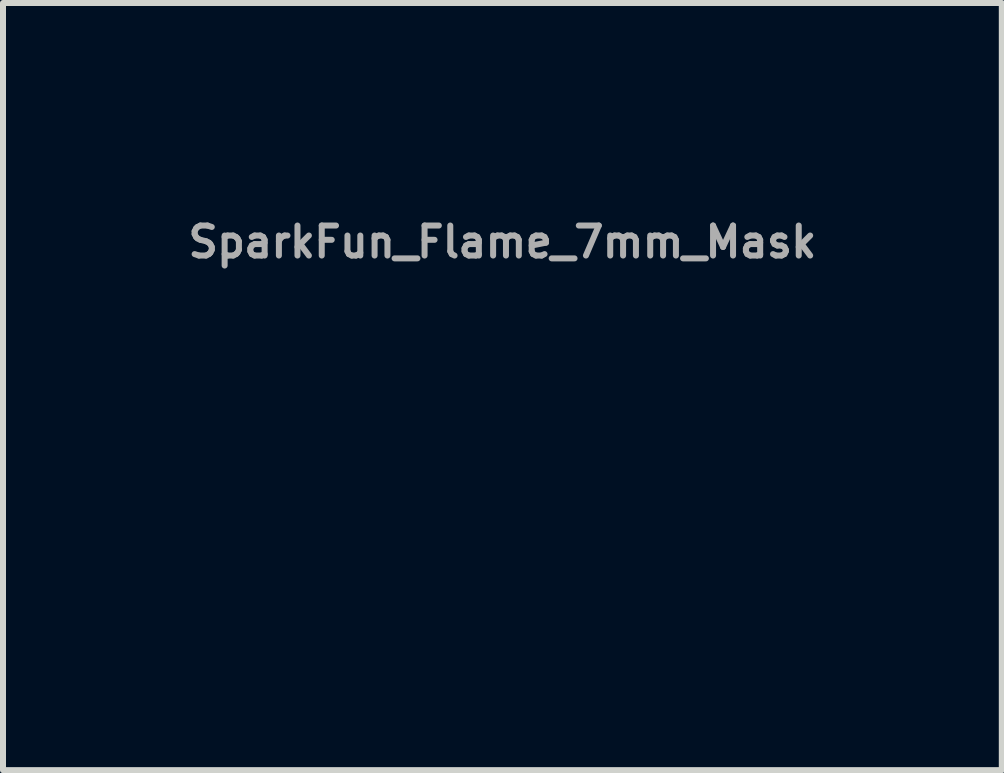
<source format=kicad_pcb>
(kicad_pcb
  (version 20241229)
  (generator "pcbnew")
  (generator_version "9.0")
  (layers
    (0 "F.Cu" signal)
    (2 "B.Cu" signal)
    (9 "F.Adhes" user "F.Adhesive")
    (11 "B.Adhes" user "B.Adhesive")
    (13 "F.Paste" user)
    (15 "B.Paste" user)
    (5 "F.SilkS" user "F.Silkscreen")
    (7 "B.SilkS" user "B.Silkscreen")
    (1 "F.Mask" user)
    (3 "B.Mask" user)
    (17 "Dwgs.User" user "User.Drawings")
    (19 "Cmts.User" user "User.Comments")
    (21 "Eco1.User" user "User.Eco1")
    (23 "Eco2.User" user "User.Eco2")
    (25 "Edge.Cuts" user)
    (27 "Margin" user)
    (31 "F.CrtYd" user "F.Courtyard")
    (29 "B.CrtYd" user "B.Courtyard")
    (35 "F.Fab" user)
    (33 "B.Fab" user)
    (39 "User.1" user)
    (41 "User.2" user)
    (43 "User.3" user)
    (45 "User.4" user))
  (footprint "SparkFun_Flame_7mm_Mask"
    (layer "F.Cu")
    (at 7.698 3.395)
    (property "Reference" "SparkFun_Flame_7mm_Mask" (at -2.372 -2.411 0) (layer "F.Fab") (effects (font (size 0.5 0.5) (thickness 0.1))))
    (attr board_only exclude_from_pos_files exclude_from_bom)
    (fp_poly (pts (xy 0.276 -3.394) (xy 0.343 -3.39) (xy 0.408 -3.382) (xy 0.472 -3.371) (xy 0.533 -3.357) (xy 0.592 -3.341) (xy 0.649 -3.322) (xy 0.704 -3.303) (xy 0.756 -3.281) (xy 0.806 -3.259) (xy 0.852 -3.237) (xy 0.937 -3.191) (xy 1.008 -3.147) (xy 1.066 -3.109) (xy 1.108 -3.077) (xy 1.143 -3.049) (xy 1.125 -3.053) (xy 1.073 -3.061) (xy 1.037 -3.065) (xy 0.995 -3.068) (xy 0.949 -3.069) (xy 0.898 -3.068) (xy 0.845 -3.063) (xy 0.79 -3.054) (xy 0.734 -3.041) (xy 0.705 -3.032) (xy 0.677 -3.022) (xy 0.649 -3.011) (xy 0.621 -2.998) (xy 0.594 -2.983) (xy 0.567 -2.966) (xy 0.54 -2.947) (xy 0.515 -2.927) (xy 0.49 -2.904) (xy 0.466 -2.879) (xy 0.436 -2.845) (xy 0.41 -2.81) (xy 0.387 -2.774) (xy 0.369 -2.738) (xy 0.361 -2.72) (xy 0.354 -2.701) (xy 0.348 -2.682) (xy 0.343 -2.663) (xy 0.339 -2.644) (xy 0.336 -2.624) (xy 0.334 -2.605) (xy 0.333 -2.585) (xy 0.334 -2.565) (xy 0.335 -2.544) (xy 0.338 -2.524) (xy 0.342 -2.503) (xy 0.347 -2.482) (xy 0.353 -2.46) (xy 0.361 -2.439) (xy 0.369 -2.417) (xy 0.379 -2.395) (xy 0.391 -2.372) (xy 0.403 -2.35) (xy 0.417 -2.326) (xy 0.432 -2.303) (xy 0.449 -2.279) (xy 0.486 -2.231) (xy 0.521 -2.192) (xy 0.559 -2.152) (xy 0.6 -2.114) (xy 0.644 -2.077) (xy 0.69 -2.041) (xy 0.738 -2.006) (xy 0.787 -1.974) (xy 0.837 -1.945) (xy 0.888 -1.919) (xy 0.939 -1.895) (xy 0.989 -1.876) (xy 1.038 -1.86) (xy 1.086 -1.849) (xy 1.11 -1.846) (xy 1.133 -1.843) (xy 1.155 -1.842) (xy 1.177 -1.842) (xy 1.198 -1.843) (xy 1.218 -1.846) (xy 1.246 -1.852) (xy 1.271 -1.861) (xy 1.294 -1.871) (xy 1.316 -1.882) (xy 1.335 -1.895) (xy 1.352 -1.91) (xy 1.367 -1.925) (xy 1.381 -1.942) (xy 1.393 -1.96) (xy 1.403 -1.978) (xy 1.412 -1.998) (xy 1.42 -2.017) (xy 1.426 -2.037) (xy 1.432 -2.058) (xy 1.436 -2.078) (xy 1.439 -2.099) (xy 1.443 -2.139) (xy 1.444 -2.178) (xy 1.442 -2.213) (xy 1.44 -2.245) (xy 1.436 -2.271) (xy 1.433 -2.292) (xy 1.429 -2.309) (xy 1.486 -2.287) (xy 1.542 -2.259) (xy 1.599 -2.223) (xy 1.655 -2.181) (xy 1.765 -2.078) (xy 1.869 -1.952) (xy 1.967 -1.805) (xy 2.054 -1.639) (xy 2.129 -1.456) (xy 2.189 -1.258) (xy 2.231 -1.047) (xy 2.245 -0.937) (xy 2.254 -0.825) (xy 2.257 -0.711) (xy 2.254 -0.595) (xy 2.245 -0.477) (xy 2.229 -0.358) (xy 2.207 -0.237) (xy 2.178 -0.116) (xy 2.141 0.006) (xy 2.096 0.128) (xy 2.043 0.251) (xy 1.982 0.373) (xy 1.912 0.496) (xy 1.834 0.617) (xy 1.744 0.74) (xy 1.65 0.856) (xy 1.55 0.966) (xy 1.445 1.069) (xy 1.335 1.165) (xy 1.219 1.253) (xy 1.098 1.334) (xy 0.971 1.406) (xy 0.838 1.469) (xy 0.7 1.524) (xy 0.556 1.57) (xy 0.407 1.606) (xy 0.251 1.632) (xy 0.09 1.648) (xy -0.078 1.653) (xy -0.251 1.648) (xy -0.297 1.645) (xy -0.341 1.645) (xy -0.384 1.646) (xy -0.426 1.65) (xy -0.466 1.656) (xy -0.506 1.665) (xy -0.544 1.675) (xy -0.581 1.687) (xy -0.618 1.701) (xy -0.653 1.717) (xy -0.688 1.735) (xy -0.723 1.755) (xy -0.791 1.801) (xy -0.858 1.853) (xy -0.925 1.911) (xy -0.992 1.976) (xy -1.061 2.047) (xy -1.132 2.124) (xy -1.455 2.479) (xy -1.614 2.651) (xy -1.763 2.817) (xy -1.898 2.972) (xy -2.017 3.11) (xy -2.116 3.227) (xy -2.191 3.317) (xy -2.256 3.395) (xy -2.256 -0.024) (xy -2.257 -0.091) (xy -2.256 -0.157) (xy -2.254 -0.219) (xy -2.25 -0.28) (xy -2.244 -0.338) (xy -2.237 -0.393) (xy -2.228 -0.447) (xy -2.218 -0.498) (xy -2.206 -0.547) (xy -2.192 -0.594) (xy -2.178 -0.638) (xy -2.162 -0.681) (xy -2.144 -0.722) (xy -2.126 -0.76) (xy -2.106 -0.797) (xy -2.085 -0.833) (xy -2.063 -0.866) (xy -2.039 -0.897) (xy -2.015 -0.927) (xy -1.99 -0.956) (xy -1.964 -0.983) (xy -1.937 -1.008) (xy -1.909 -1.032) (xy -1.881 -1.054) (xy -1.851 -1.075) (xy -1.821 -1.095) (xy -1.791 -1.114) (xy -1.759 -1.131) (xy -1.695 -1.162) (xy -1.629 -1.189) (xy -1.592 -1.202) (xy -1.556 -1.214) (xy -1.52 -1.224) (xy -1.484 -1.233) (xy -1.449 -1.24) (xy -1.414 -1.246) (xy -1.381 -1.251) (xy -1.348 -1.254) (xy -1.315 -1.257) (xy -1.284 -1.258) (xy -1.253 -1.259) (xy -1.223 -1.259) (xy -1.194 -1.258) (xy -1.166 -1.256) (xy -1.114 -1.252) (xy -1.066 -1.245) (xy -1.023 -1.237) (xy -0.986 -1.229) (xy -0.955 -1.221) (xy -0.93 -1.213) (xy -0.911 -1.207) (xy -0.896 -1.202) (xy -0.943 -1.182) (xy -0.993 -1.159) (xy -1.022 -1.144) (xy -1.053 -1.127) (xy -1.085 -1.108) (xy -1.117 -1.087) (xy -1.149 -1.065) (xy -1.179 -1.04) (xy -1.208 -1.013) (xy -1.221 -1) (xy -1.233 -0.985) (xy -1.245 -0.971) (xy -1.256 -0.955) (xy -1.265 -0.94) (xy -1.274 -0.924) (xy -1.282 -0.905) (xy -1.289 -0.885) (xy -1.294 -0.864) (xy -1.298 -0.843) (xy -1.3 -0.822) (xy -1.301 -0.8) (xy -1.3 -0.778) (xy -1.298 -0.755) (xy -1.294 -0.733) (xy -1.289 -0.71) (xy -1.282 -0.688) (xy -1.273 -0.665) (xy -1.264 -0.643) (xy -1.252 -0.621) (xy -1.239 -0.599) (xy -1.225 -0.577) (xy -1.209 -0.556) (xy -1.192 -0.536) (xy -1.173 -0.516) (xy -1.153 -0.496) (xy -1.131 -0.478) (xy -1.108 -0.46) (xy -1.083 -0.443) (xy -1.057 -0.427) (xy -1.029 -0.412) (xy -1 -0.399) (xy -0.97 -0.386) (xy -0.938 -0.375) (xy -0.905 -0.364) (xy -0.87 -0.356) (xy -0.834 -0.349) (xy -0.796 -0.343) (xy -0.741 -0.338) (xy -0.686 -0.336) (xy -0.633 -0.338) (xy -0.58 -0.344) (xy -0.529 -0.353) (xy -0.48 -0.365) (xy -0.433 -0.381) (xy -0.387 -0.399) (xy -0.344 -0.42) (xy -0.302 -0.444) (xy -0.264 -0.471) (xy -0.227 -0.5) (xy -0.194 -0.531) (xy -0.164 -0.565) (xy -0.136 -0.6) (xy -0.112 -0.638) (xy -0.092 -0.677) (xy -0.075 -0.718) (xy -0.062 -0.761) (xy -0.053 -0.805) (xy -0.048 -0.85) (xy -0.048 -0.897) (xy -0.052 -0.944) (xy -0.061 -0.992) (xy -0.074 -1.041) (xy -0.093 -1.091) (xy -0.117 -1.141) (xy -0.146 -1.192) (xy -0.181 -1.242) (xy -0.221 -1.293) (xy -0.267 -1.344) (xy -0.32 -1.395) (xy -0.437 -1.507) (xy -0.544 -1.622) (xy -0.593 -1.679) (xy -0.638 -1.737) (xy -0.681 -1.795) (xy -0.72 -1.853) (xy -0.756 -1.912) (xy -0.789 -1.97) (xy -0.818 -2.029) (xy -0.843 -2.087) (xy -0.865 -2.145) (xy -0.883 -2.204) (xy -0.897 -2.262) (xy -0.907 -2.319) (xy -0.913 -2.377) (xy -0.915 -2.434) (xy -0.913 -2.491) (xy -0.906 -2.547) (xy -0.895 -2.603) (xy -0.88 -2.659) (xy -0.86 -2.714) (xy -0.835 -2.768) (xy -0.805 -2.821) (xy -0.771 -2.874) (xy -0.731 -2.926) (xy -0.687 -2.977) (xy -0.637 -3.028) (xy -0.583 -3.077) (xy -0.523 -3.126) (xy -0.457 -3.173) (xy -0.381 -3.223) (xy -0.305 -3.265) (xy -0.229 -3.3) (xy -0.154 -3.33) (xy -0.08 -3.353) (xy -0.006 -3.371) (xy 0.066 -3.384) (xy 0.138 -3.392) (xy 0.208 -3.395)) (stroke (width -0.000001) (type solid)) (fill yes) (layer "F.Mask")))
  (gr_rect
    (start -3 -3)
    (end 13.652 9.79)
    (stroke (width 0.1) (type default))
    (fill no)
    (layer "Edge.Cuts")))
</source>
